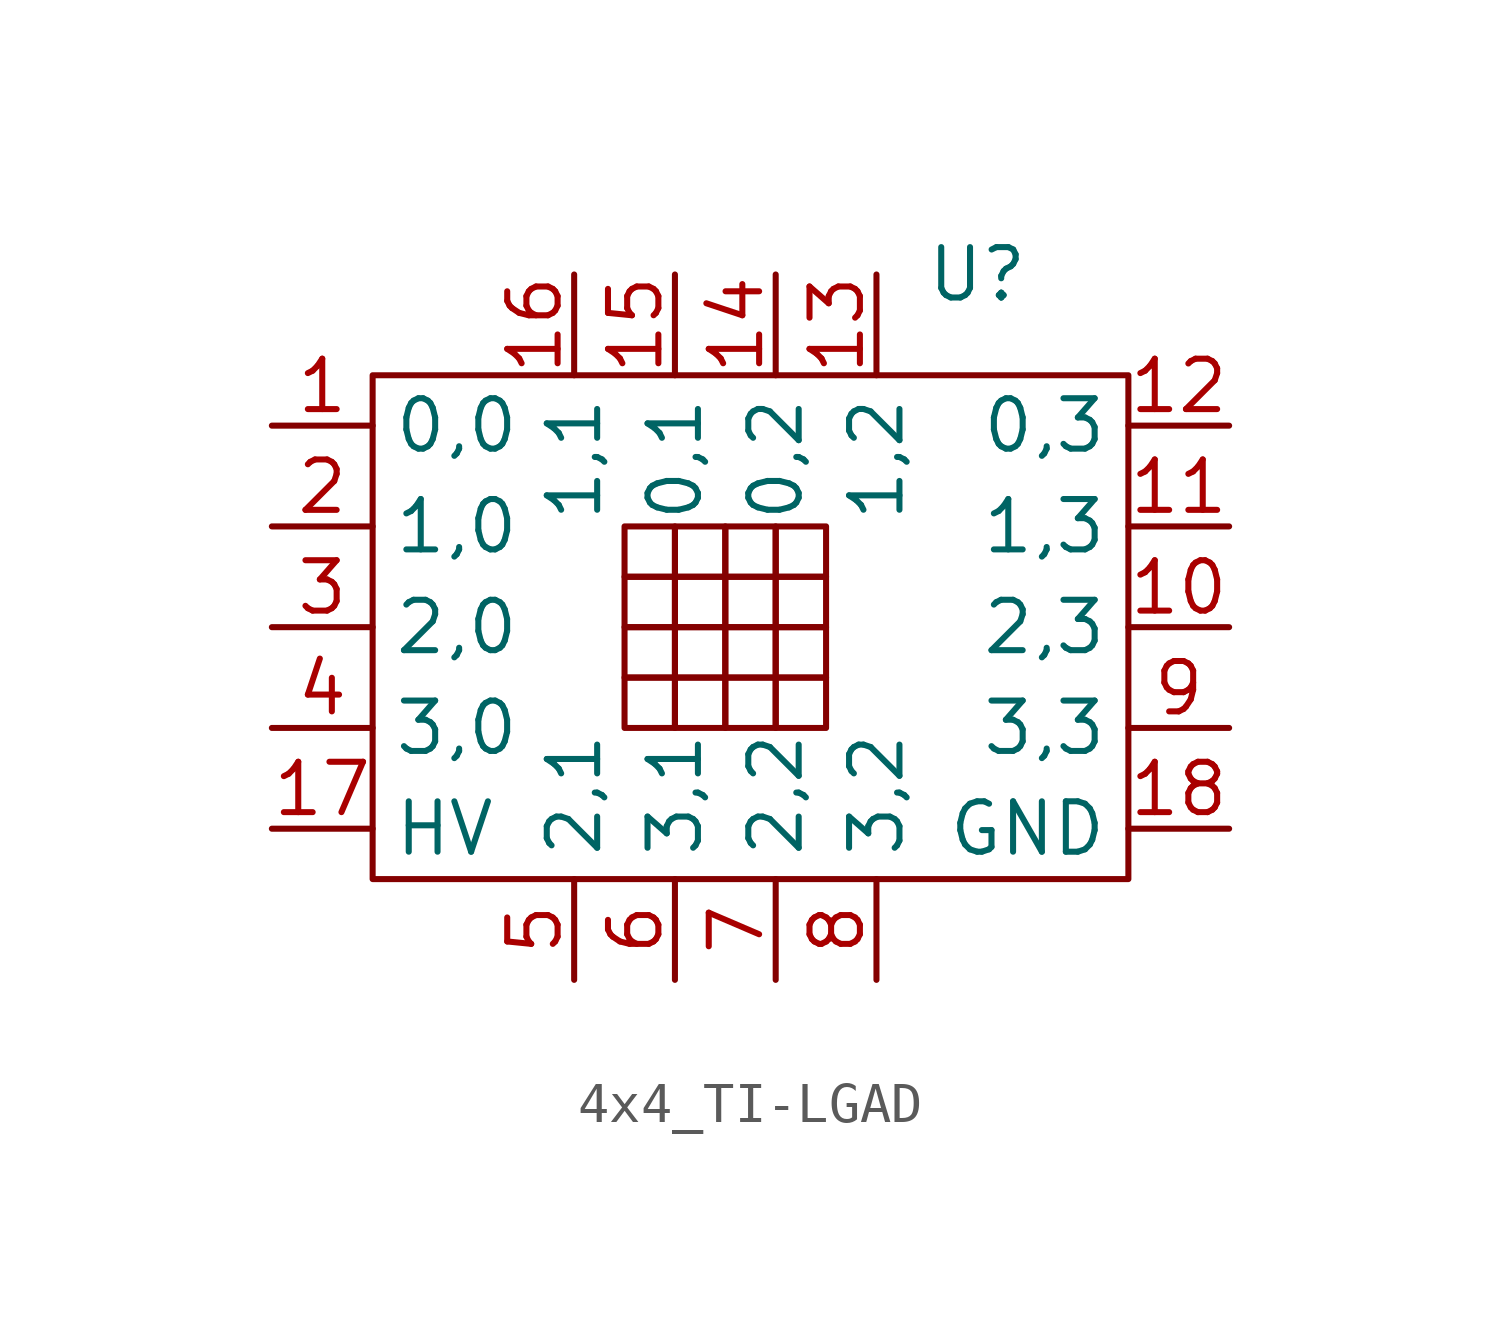
<source format=kicad_sym>
(kicad_symbol_lib
  (version 20220914)
  (generator kicad_symbol_editor)
  (symbol "4x4_TI-LGAD"
    (property "Reference" "U"
      (at 17.78 3.81 0)
      (effects (font (size 1.27 1.27))))
    (property "Value" ""
      (at 2.54 2.54 0)
      (effects (font (size 1.27 1.27))))
    (symbol "4x4_TI-LGAD_0_1"
      (rectangle (start 2.54 1.27) (end 21.59 -11.43) (stroke (width 0) (type default)) (fill (type none)))
      (rectangle (start 8.89 -6.35) (end 10.16 -7.62) (stroke (width 0) (type default)) (fill (type none)))
      (rectangle (start 8.89 -5.08) (end 10.16 -6.35) (stroke (width 0) (type default)) (fill (type none)))
      (rectangle (start 8.89 -3.81) (end 10.16 -5.08) (stroke (width 0) (type default)) (fill (type none)))
      (rectangle (start 8.89 -2.54) (end 10.16 -3.81) (stroke (width 0) (type default)) (fill (type none)))
      (rectangle (start 10.16 -6.35) (end 11.43 -7.62) (stroke (width 0) (type default)) (fill (type none)))
      (rectangle (start 10.16 -5.08) (end 11.43 -6.35) (stroke (width 0) (type default)) (fill (type none)))
      (rectangle (start 10.16 -3.81) (end 11.43 -5.08) (stroke (width 0) (type default)) (fill (type none)))
      (rectangle (start 10.16 -2.54) (end 11.43 -3.81) (stroke (width 0) (type default)) (fill (type none)))
      (rectangle (start 11.43 -6.35) (end 12.7 -7.62) (stroke (width 0) (type default)) (fill (type none)))
      (rectangle (start 11.43 -5.08) (end 12.7 -6.35) (stroke (width 0) (type default)) (fill (type none)))
      (rectangle (start 11.43 -3.81) (end 12.7 -5.08) (stroke (width 0) (type default)) (fill (type none)))
      (rectangle (start 11.43 -2.54) (end 12.7 -3.81) (stroke (width 0) (type default)) (fill (type none)))
      (rectangle (start 12.7 -6.35) (end 13.97 -7.62) (stroke (width 0) (type default)) (fill (type none)))
      (rectangle (start 12.7 -5.08) (end 13.97 -6.35) (stroke (width 0) (type default)) (fill (type none)))
      (rectangle (start 12.7 -3.81) (end 13.97 -5.08) (stroke (width 0) (type default)) (fill (type none)))
      (rectangle (start 12.7 -2.54) (end 13.97 -3.81) (stroke (width 0) (type default)) (fill (type none))))
    (symbol "4x4_TI-LGAD_1_1"
      (pin output line (at 0 0 0) (length 2.54) (name "0,0" (effects (font (size 1.27 1.27)))) (number "1" (effects (font (size 1.27 1.27)))))
      (pin output line (at 24.13 -5.08 180) (length 2.54) (name "2,3" (effects (font (size 1.27 1.27)))) (number "10" (effects (font (size 1.27 1.27)))))
      (pin output line (at 24.13 -2.54 180) (length 2.54) (name "1,3" (effects (font (size 1.27 1.27)))) (number "11" (effects (font (size 1.27 1.27)))))
      (pin output line (at 24.13 0 180) (length 2.54) (name "0,3" (effects (font (size 1.27 1.27)))) (number "12" (effects (font (size 1.27 1.27)))))
      (pin output line (at 15.24 3.81 270) (length 2.54) (name "1,2" (effects (font (size 1.27 1.27)))) (number "13" (effects (font (size 1.27 1.27)))))
      (pin output line (at 12.7 3.81 270) (length 2.54) (name "0,2" (effects (font (size 1.27 1.27)))) (number "14" (effects (font (size 1.27 1.27)))))
      (pin output line (at 10.16 3.81 270) (length 2.54) (name "0,1" (effects (font (size 1.27 1.27)))) (number "15" (effects (font (size 1.27 1.27)))))
      (pin output line (at 7.62 3.81 270) (length 2.54) (name "1,1" (effects (font (size 1.27 1.27)))) (number "16" (effects (font (size 1.27 1.27)))))
      (pin input line (at 0 -10.16 0) (length 2.54) (name "HV" (effects (font (size 1.27 1.27)))) (number "17" (effects (font (size 1.27 1.27)))))
      (pin input line (at 24.13 -10.16 180) (length 2.54) (name "GND" (effects (font (size 1.27 1.27)))) (number "18" (effects (font (size 1.27 1.27)))))
      (pin output line (at 0 -2.54 0) (length 2.54) (name "1,0" (effects (font (size 1.27 1.27)))) (number "2" (effects (font (size 1.27 1.27)))))
      (pin output line (at 0 -5.08 0) (length 2.54) (name "2,0" (effects (font (size 1.27 1.27)))) (number "3" (effects (font (size 1.27 1.27)))))
      (pin output line (at 0 -7.62 0) (length 2.54) (name "3,0" (effects (font (size 1.27 1.27)))) (number "4" (effects (font (size 1.27 1.27)))))
      (pin output line (at 7.62 -13.97 90) (length 2.54) (name "2,1" (effects (font (size 1.27 1.27)))) (number "5" (effects (font (size 1.27 1.27)))))
      (pin output line (at 10.16 -13.97 90) (length 2.54) (name "3,1" (effects (font (size 1.27 1.27)))) (number "6" (effects (font (size 1.27 1.27)))))
      (pin output line (at 12.7 -13.97 90) (length 2.54) (name "2,2" (effects (font (size 1.27 1.27)))) (number "7" (effects (font (size 1.27 1.27)))))
      (pin output line (at 15.24 -13.97 90) (length 2.54) (name "3,2" (effects (font (size 1.27 1.27)))) (number "8" (effects (font (size 1.27 1.27)))))
      (pin output line (at 24.13 -7.62 180) (length 2.54) (name "3,3" (effects (font (size 1.27 1.27)))) (number "9" (effects (font (size 1.27 1.27))))))))
</source>
